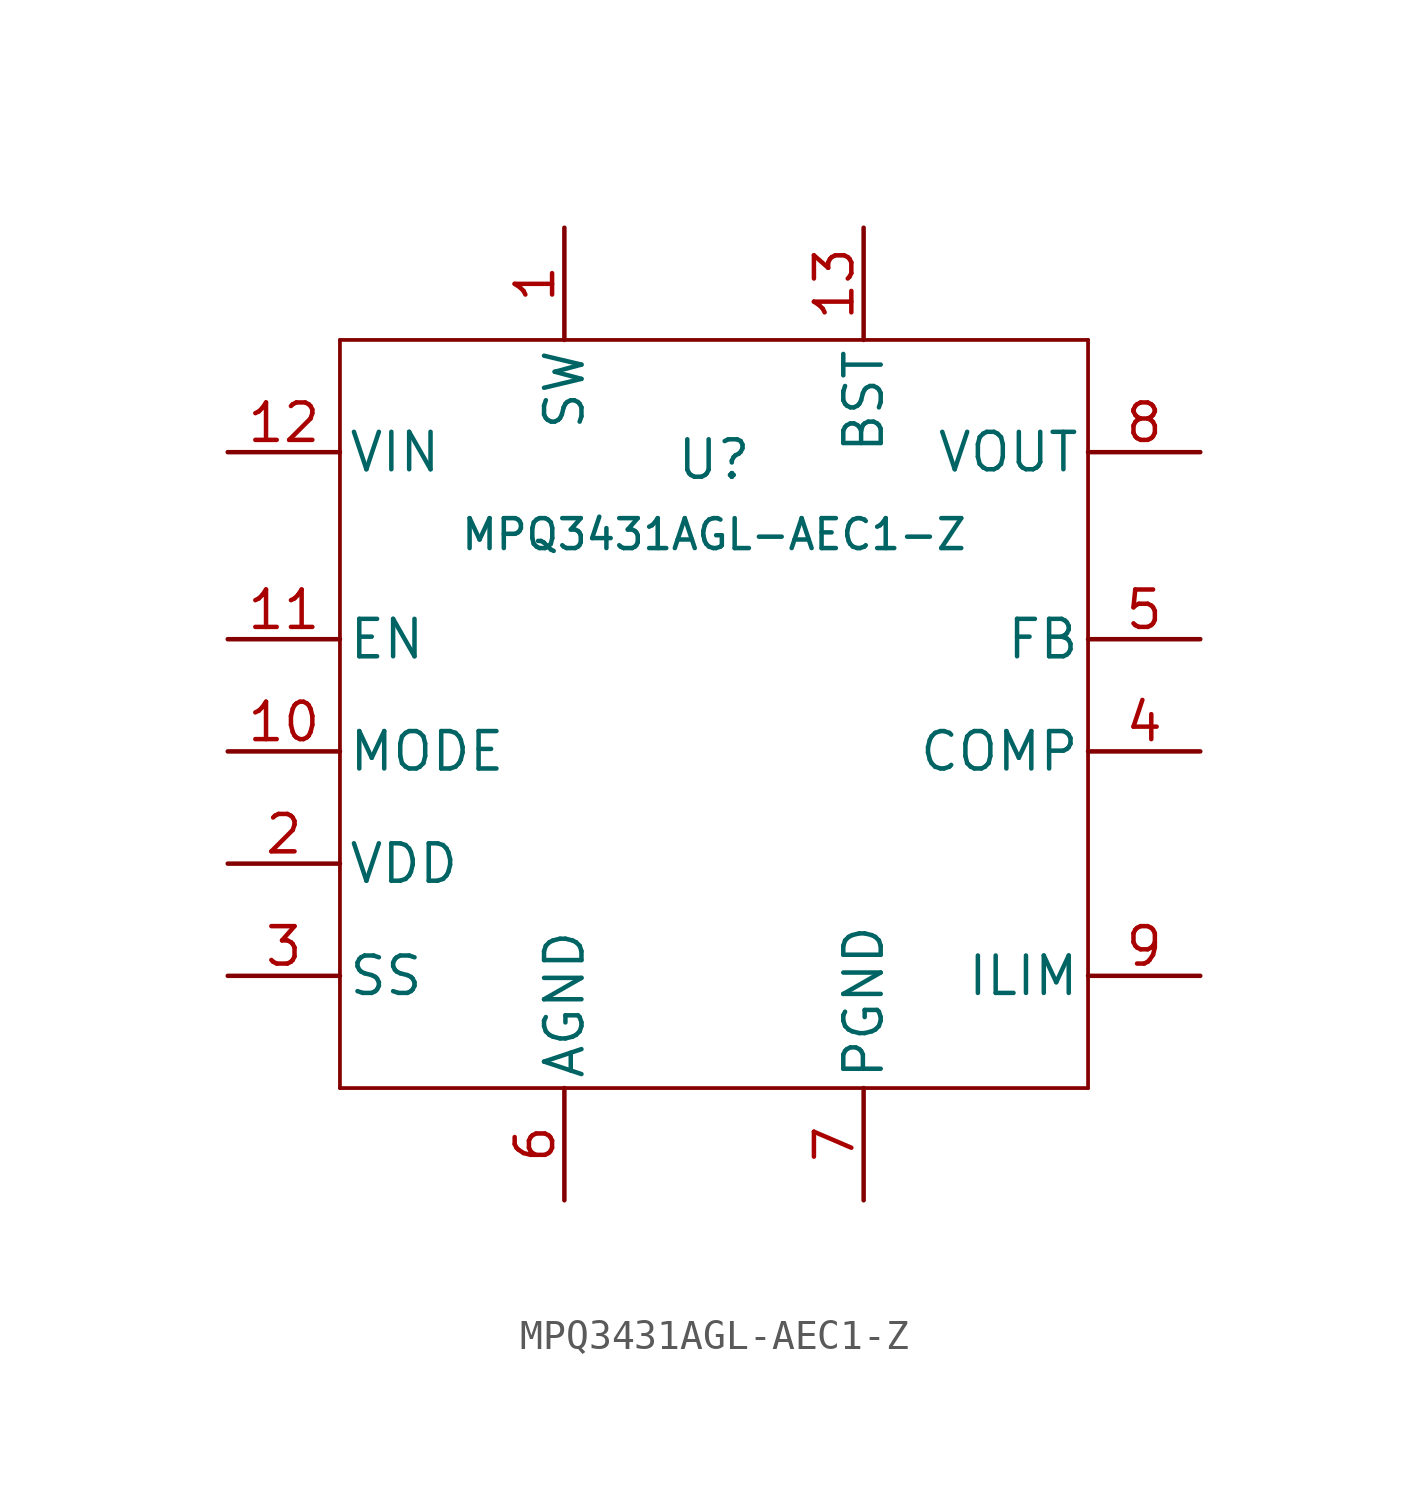
<source format=kicad_sym>
(kicad_symbol_lib
  (version 20241209)
  (generator "kicad_symbol_editor")
  (generator_version "9.0")
  (symbol "MPQ3431AGL-AEC1-Z"
    (pin_names
      (offset 0.254))
    (property "Reference" "U"
      (at 20.32 1.016 0)
      (effects (font (size 1.27 1.27))))
    (property "Value" "MPQ3431AGL-AEC1-Z"
      (at 20.32 -1.524 0)
      (effects (font (size 1.016 1.016))))
    (symbol "MPQ3431AGL-AEC1-Z_0_1"
      (polyline (pts (xy 7.62 5.08) (xy 7.62 -20.32)) (stroke (width 0.127) (type default)) (fill (type none)))
      (polyline (pts (xy 7.62 -20.32) (xy 33.02 -20.32)) (stroke (width 0.127) (type default)) (fill (type none)))
      (polyline (pts (xy 33.02 5.08) (xy 7.62 5.08)) (stroke (width 0.127) (type default)) (fill (type none)))
      (polyline (pts (xy 33.02 -20.32) (xy 33.02 5.08)) (stroke (width 0.127) (type default)) (fill (type none))))
    (symbol "MPQ3431AGL-AEC1-Z_1_1"
      (pin passive line (at 3.81 1.27 0) (length 3.81) (name "VIN" (effects (font (size 1.27 1.27)))) (number "12" (effects (font (size 1.27 1.27)))))
      (pin passive line (at 3.81 -5.08 0) (length 3.81) (name "EN" (effects (font (size 1.27 1.27)))) (number "11" (effects (font (size 1.27 1.27)))))
      (pin passive line (at 3.81 -8.89 0) (length 3.81) (name "MODE" (effects (font (size 1.27 1.27)))) (number "10" (effects (font (size 1.27 1.27)))))
      (pin passive line (at 3.81 -12.7 0) (length 3.81) (name "VDD" (effects (font (size 1.27 1.27)))) (number "2" (effects (font (size 1.27 1.27)))))
      (pin passive line (at 3.81 -16.51 0) (length 3.81) (name "SS" (effects (font (size 1.27 1.27)))) (number "3" (effects (font (size 1.27 1.27)))))
      (pin passive line (at 15.24 8.89 270) (length 3.81) (name "SW" (effects (font (size 1.27 1.27)))) (number "1" (effects (font (size 1.27 1.27)))))
      (pin passive line (at 15.24 -24.13 90) (length 3.81) (name "AGND" (effects (font (size 1.27 1.27)))) (number "6" (effects (font (size 1.27 1.27)))))
      (pin passive line (at 25.4 8.89 270) (length 3.81) (name "BST" (effects (font (size 1.27 1.27)))) (number "13" (effects (font (size 1.27 1.27)))))
      (pin passive line (at 25.4 -24.13 90) (length 3.81) (name "PGND" (effects (font (size 1.27 1.27)))) (number "7" (effects (font (size 1.27 1.27)))))
      (pin passive line (at 36.83 1.27 180) (length 3.81) (name "VOUT" (effects (font (size 1.27 1.27)))) (number "8" (effects (font (size 1.27 1.27)))))
      (pin passive line (at 36.83 -5.08 180) (length 3.81) (name "FB" (effects (font (size 1.27 1.27)))) (number "5" (effects (font (size 1.27 1.27)))))
      (pin passive line (at 36.83 -8.89 180) (length 3.81) (name "COMP" (effects (font (size 1.27 1.27)))) (number "4" (effects (font (size 1.27 1.27)))))
      (pin passive line (at 36.83 -16.51 180) (length 3.81) (name "ILIM" (effects (font (size 1.27 1.27)))) (number "9" (effects (font (size 1.27 1.27))))))))
</source>
